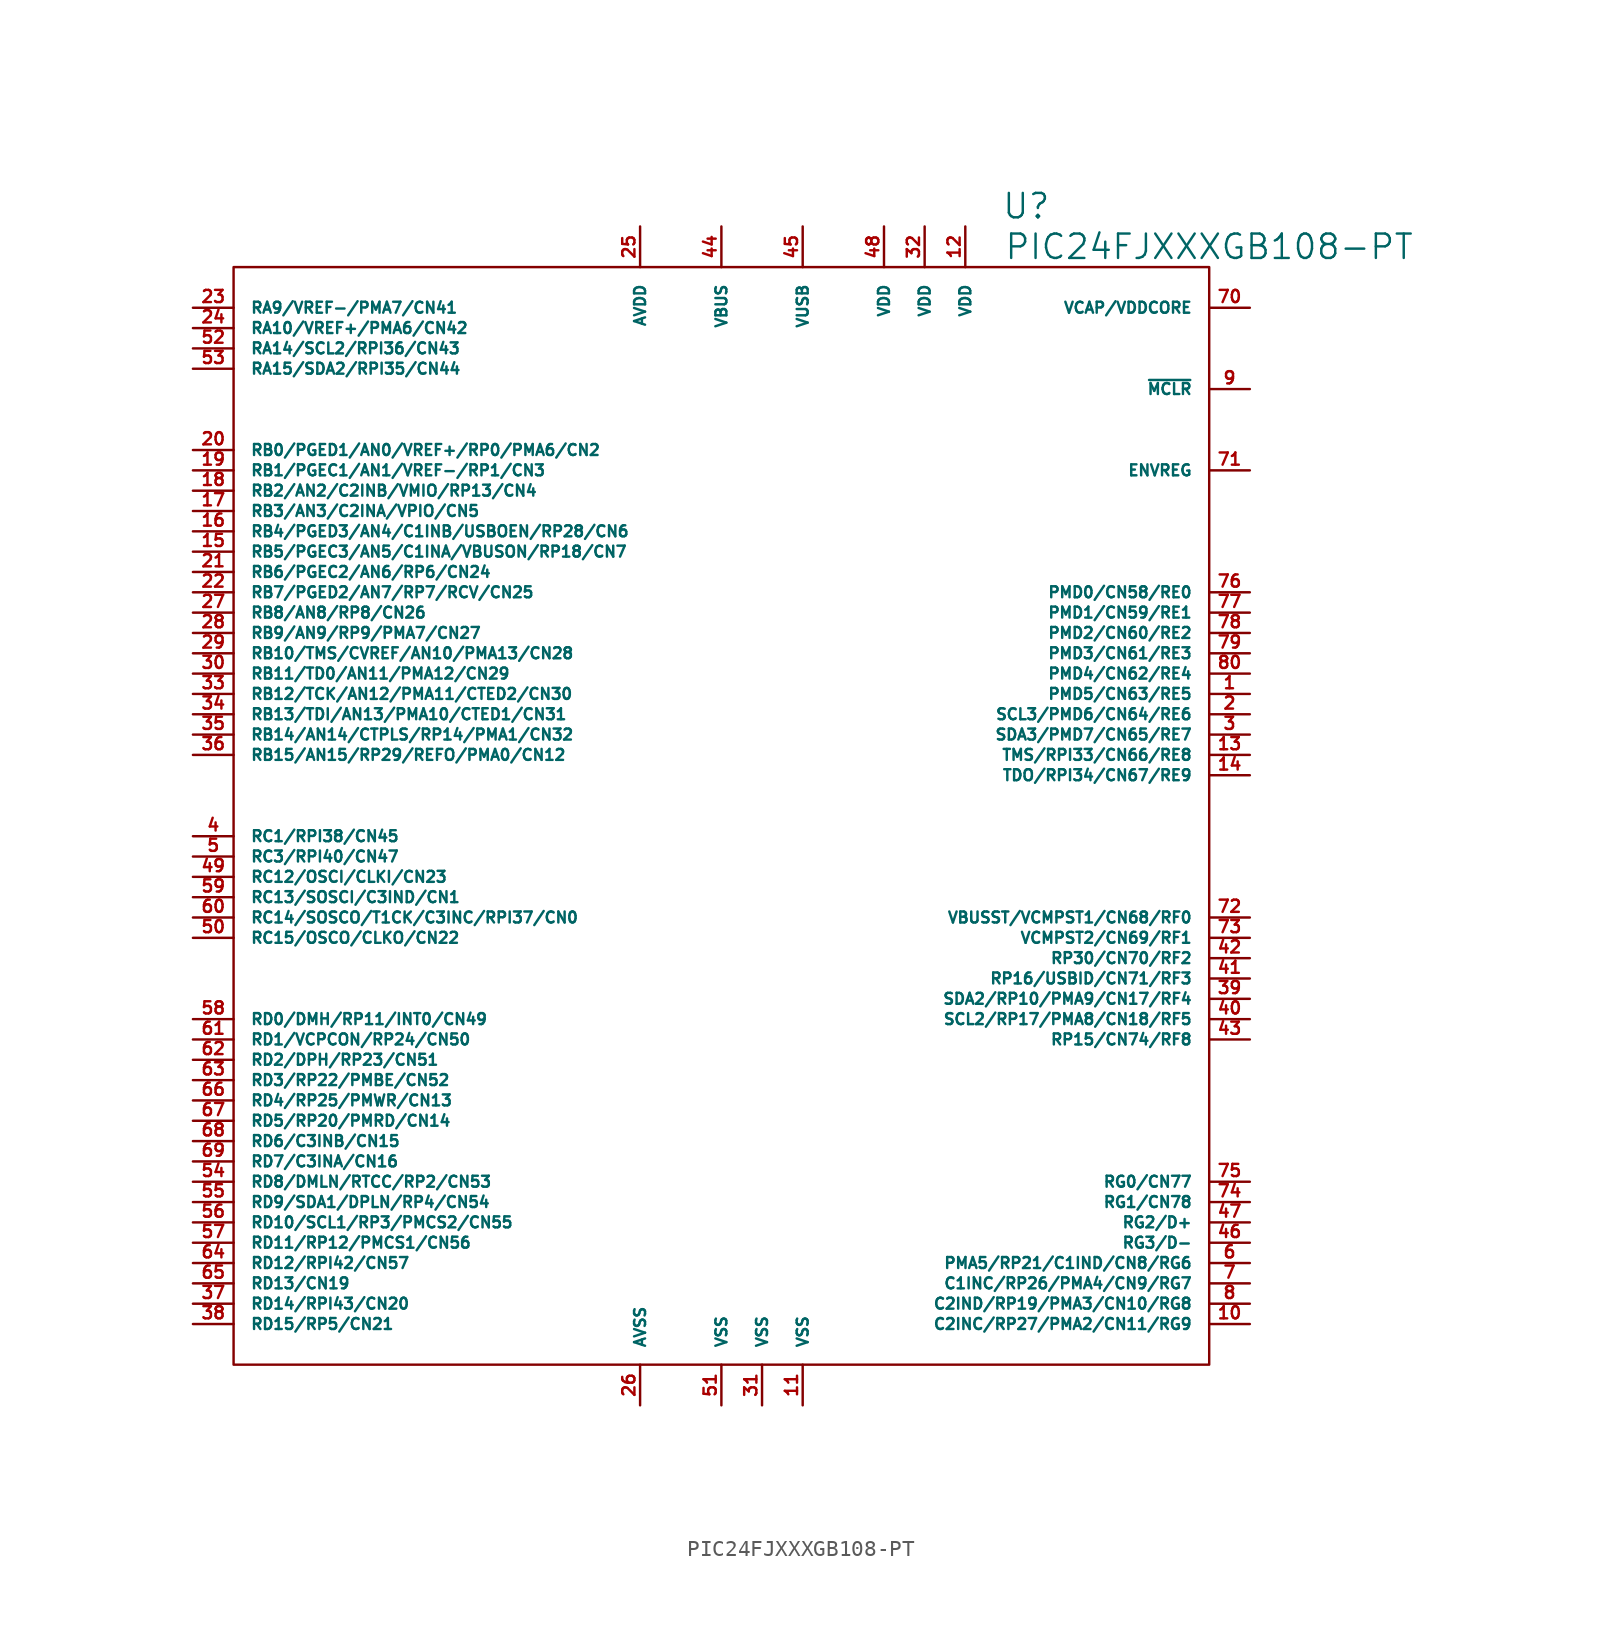
<source format=kicad_sym>
(kicad_symbol_lib
  (version 20220914)
  (generator kicad_symbol_editor)
  (symbol "PIC24FJXXXGB108-PT"
    (pin_names
      (offset 1.016))
    (property "Reference" "U"
      (at 19.05 38.1 0)
      (effects (font (size 1.524 1.524))))
    (property "Value" "PIC24FJXXXGB108-PT"
      (at 30.48 35.56 0)
      (effects (font (size 1.524 1.524))))
    (property "Footprint" ""
      (at 0 -8.89 0)
      (effects (font (size 1.524 1.524))))
    (property "Datasheet" ""
      (at 0 0 0)
      (effects (font (size 1.524 1.524))))
    (symbol "PIC24FJXXXGB108-PT_0_1"
      (rectangle (start -30.48 34.29) (end 30.48 -34.29) (stroke (width 0) (type solid)) (fill (type none))))
    (symbol "PIC24FJXXXGB108-PT_1_1"
      (pin passive line (at 33.02 7.62 180) (length 2.54) (name "PMD5/CN63/RE5" (effects (font (size 0.686 0.686)))) (number "1" (effects (font (size 0.762 0.762)))))
      (pin passive line (at 33.02 -31.75 180) (length 2.54) (name "C2INC/RP27/PMA2/CN11/RG9" (effects (font (size 0.686 0.686)))) (number "10" (effects (font (size 0.762 0.762)))))
      (pin passive line (at 5.08 -36.83 90) (length 2.54) (name "VSS" (effects (font (size 0.686 0.686)))) (number "11" (effects (font (size 0.762 0.762)))))
      (pin passive line (at 15.24 36.83 270) (length 2.54) (name "VDD" (effects (font (size 0.686 0.686)))) (number "12" (effects (font (size 0.762 0.762)))))
      (pin passive line (at 33.02 3.81 180) (length 2.54) (name "TMS/RPI33/CN66/RE8" (effects (font (size 0.686 0.686)))) (number "13" (effects (font (size 0.762 0.762)))))
      (pin passive line (at 33.02 2.54 180) (length 2.54) (name "TDO/RPI34/CN67/RE9" (effects (font (size 0.686 0.686)))) (number "14" (effects (font (size 0.762 0.762)))))
      (pin passive line (at -33.02 16.51 0) (length 2.54) (name "RB5/PGEC3/AN5/C1INA/VBUSON/RP18/CN7" (effects (font (size 0.686 0.686)))) (number "15" (effects (font (size 0.762 0.762)))))
      (pin passive line (at -33.02 17.78 0) (length 2.54) (name "RB4/PGED3/AN4/C1INB/USBOEN/RP28/CN6" (effects (font (size 0.686 0.686)))) (number "16" (effects (font (size 0.762 0.762)))))
      (pin passive line (at -33.02 19.05 0) (length 2.54) (name "RB3/AN3/C2INA/VPIO/CN5" (effects (font (size 0.686 0.686)))) (number "17" (effects (font (size 0.762 0.762)))))
      (pin passive line (at -33.02 20.32 0) (length 2.54) (name "RB2/AN2/C2INB/VMIO/RP13/CN4" (effects (font (size 0.686 0.686)))) (number "18" (effects (font (size 0.762 0.762)))))
      (pin passive line (at -33.02 21.59 0) (length 2.54) (name "RB1/PGEC1/AN1/VREF-/RP1/CN3" (effects (font (size 0.686 0.686)))) (number "19" (effects (font (size 0.762 0.762)))))
      (pin passive line (at 33.02 6.35 180) (length 2.54) (name "SCL3/PMD6/CN64/RE6" (effects (font (size 0.686 0.686)))) (number "2" (effects (font (size 0.762 0.762)))))
      (pin passive line (at -33.02 22.86 0) (length 2.54) (name "RB0/PGED1/AN0/VREF+/RP0/PMA6/CN2" (effects (font (size 0.686 0.686)))) (number "20" (effects (font (size 0.762 0.762)))))
      (pin passive line (at -33.02 15.24 0) (length 2.54) (name "RB6/PGEC2/AN6/RP6/CN24" (effects (font (size 0.686 0.686)))) (number "21" (effects (font (size 0.762 0.762)))))
      (pin passive line (at -33.02 13.97 0) (length 2.54) (name "RB7/PGED2/AN7/RP7/RCV/CN25" (effects (font (size 0.686 0.686)))) (number "22" (effects (font (size 0.762 0.762)))))
      (pin passive line (at -33.02 31.75 0) (length 2.54) (name "RA9/VREF-/PMA7/CN41" (effects (font (size 0.686 0.686)))) (number "23" (effects (font (size 0.762 0.762)))))
      (pin passive line (at -33.02 30.48 0) (length 2.54) (name "RA10/VREF+/PMA6/CN42" (effects (font (size 0.686 0.686)))) (number "24" (effects (font (size 0.762 0.762)))))
      (pin passive line (at -5.08 36.83 270) (length 2.54) (name "AVDD" (effects (font (size 0.686 0.686)))) (number "25" (effects (font (size 0.762 0.762)))))
      (pin passive line (at -5.08 -36.83 90) (length 2.54) (name "AVSS" (effects (font (size 0.686 0.686)))) (number "26" (effects (font (size 0.762 0.762)))))
      (pin passive line (at -33.02 12.7 0) (length 2.54) (name "RB8/AN8/RP8/CN26" (effects (font (size 0.686 0.686)))) (number "27" (effects (font (size 0.762 0.762)))))
      (pin passive line (at -33.02 11.43 0) (length 2.54) (name "RB9/AN9/RP9/PMA7/CN27" (effects (font (size 0.686 0.686)))) (number "28" (effects (font (size 0.762 0.762)))))
      (pin passive line (at -33.02 10.16 0) (length 2.54) (name "RB10/TMS/CVREF/AN10/PMA13/CN28" (effects (font (size 0.686 0.686)))) (number "29" (effects (font (size 0.762 0.762)))))
      (pin passive line (at 33.02 5.08 180) (length 2.54) (name "SDA3/PMD7/CN65/RE7" (effects (font (size 0.686 0.686)))) (number "3" (effects (font (size 0.762 0.762)))))
      (pin passive line (at -33.02 8.89 0) (length 2.54) (name "RB11/TD0/AN11/PMA12/CN29" (effects (font (size 0.686 0.686)))) (number "30" (effects (font (size 0.762 0.762)))))
      (pin passive line (at 2.54 -36.83 90) (length 2.54) (name "VSS" (effects (font (size 0.686 0.686)))) (number "31" (effects (font (size 0.762 0.762)))))
      (pin passive line (at 12.7 36.83 270) (length 2.54) (name "VDD" (effects (font (size 0.686 0.686)))) (number "32" (effects (font (size 0.762 0.762)))))
      (pin passive line (at -33.02 7.62 0) (length 2.54) (name "RB12/TCK/AN12/PMA11/CTED2/CN30" (effects (font (size 0.686 0.686)))) (number "33" (effects (font (size 0.762 0.762)))))
      (pin passive line (at -33.02 6.35 0) (length 2.54) (name "RB13/TDI/AN13/PMA10/CTED1/CN31" (effects (font (size 0.686 0.686)))) (number "34" (effects (font (size 0.762 0.762)))))
      (pin passive line (at -33.02 5.08 0) (length 2.54) (name "RB14/AN14/CTPLS/RP14/PMA1/CN32" (effects (font (size 0.686 0.686)))) (number "35" (effects (font (size 0.762 0.762)))))
      (pin passive line (at -33.02 3.81 0) (length 2.54) (name "RB15/AN15/RP29/REFO/PMA0/CN12" (effects (font (size 0.686 0.686)))) (number "36" (effects (font (size 0.762 0.762)))))
      (pin passive line (at -33.02 -30.48 0) (length 2.54) (name "RD14/RPI43/CN20" (effects (font (size 0.686 0.686)))) (number "37" (effects (font (size 0.762 0.762)))))
      (pin passive line (at -33.02 -31.75 0) (length 2.54) (name "RD15/RP5/CN21" (effects (font (size 0.686 0.686)))) (number "38" (effects (font (size 0.762 0.762)))))
      (pin passive line (at 33.02 -11.43 180) (length 2.54) (name "SDA2/RP10/PMA9/CN17/RF4" (effects (font (size 0.686 0.686)))) (number "39" (effects (font (size 0.762 0.762)))))
      (pin passive line (at -33.02 -1.27 0) (length 2.54) (name "RC1/RPI38/CN45" (effects (font (size 0.686 0.686)))) (number "4" (effects (font (size 0.762 0.762)))))
      (pin passive line (at 33.02 -12.7 180) (length 2.54) (name "SCL2/RP17/PMA8/CN18/RF5" (effects (font (size 0.686 0.686)))) (number "40" (effects (font (size 0.762 0.762)))))
      (pin passive line (at 33.02 -10.16 180) (length 2.54) (name "RP16/USBID/CN71/RF3" (effects (font (size 0.686 0.686)))) (number "41" (effects (font (size 0.762 0.762)))))
      (pin passive line (at 33.02 -8.89 180) (length 2.54) (name "RP30/CN70/RF2" (effects (font (size 0.686 0.686)))) (number "42" (effects (font (size 0.762 0.762)))))
      (pin passive line (at 33.02 -13.97 180) (length 2.54) (name "RP15/CN74/RF8" (effects (font (size 0.686 0.686)))) (number "43" (effects (font (size 0.762 0.762)))))
      (pin passive line (at 0 36.83 270) (length 2.54) (name "VBUS" (effects (font (size 0.686 0.686)))) (number "44" (effects (font (size 0.762 0.762)))))
      (pin passive line (at 5.08 36.83 270) (length 2.54) (name "VUSB" (effects (font (size 0.686 0.686)))) (number "45" (effects (font (size 0.762 0.762)))))
      (pin passive line (at 33.02 -26.67 180) (length 2.54) (name "RG3/D-" (effects (font (size 0.686 0.686)))) (number "46" (effects (font (size 0.762 0.762)))))
      (pin passive line (at 33.02 -25.4 180) (length 2.54) (name "RG2/D+" (effects (font (size 0.686 0.686)))) (number "47" (effects (font (size 0.762 0.762)))))
      (pin passive line (at 10.16 36.83 270) (length 2.54) (name "VDD" (effects (font (size 0.686 0.686)))) (number "48" (effects (font (size 0.762 0.762)))))
      (pin passive line (at -33.02 -3.81 0) (length 2.54) (name "RC12/OSCI/CLKI/CN23" (effects (font (size 0.686 0.686)))) (number "49" (effects (font (size 0.762 0.762)))))
      (pin passive line (at -33.02 -2.54 0) (length 2.54) (name "RC3/RPI40/CN47" (effects (font (size 0.686 0.686)))) (number "5" (effects (font (size 0.762 0.762)))))
      (pin passive line (at -33.02 -7.62 0) (length 2.54) (name "RC15/OSCO/CLKO/CN22" (effects (font (size 0.686 0.686)))) (number "50" (effects (font (size 0.762 0.762)))))
      (pin passive line (at 0 -36.83 90) (length 2.54) (name "VSS" (effects (font (size 0.686 0.686)))) (number "51" (effects (font (size 0.762 0.762)))))
      (pin passive line (at -33.02 29.21 0) (length 2.54) (name "RA14/SCL2/RPI36/CN43" (effects (font (size 0.686 0.686)))) (number "52" (effects (font (size 0.762 0.762)))))
      (pin passive line (at -33.02 27.94 0) (length 2.54) (name "RA15/SDA2/RPI35/CN44" (effects (font (size 0.686 0.686)))) (number "53" (effects (font (size 0.762 0.762)))))
      (pin passive line (at -33.02 -22.86 0) (length 2.54) (name "RD8/DMLN/RTCC/RP2/CN53" (effects (font (size 0.686 0.686)))) (number "54" (effects (font (size 0.762 0.762)))))
      (pin passive line (at -33.02 -24.13 0) (length 2.54) (name "RD9/SDA1/DPLN/RP4/CN54" (effects (font (size 0.686 0.686)))) (number "55" (effects (font (size 0.762 0.762)))))
      (pin passive line (at -33.02 -25.4 0) (length 2.54) (name "RD10/SCL1/RP3/PMCS2/CN55" (effects (font (size 0.686 0.686)))) (number "56" (effects (font (size 0.762 0.762)))))
      (pin passive line (at -33.02 -26.67 0) (length 2.54) (name "RD11/RP12/PMCS1/CN56" (effects (font (size 0.686 0.686)))) (number "57" (effects (font (size 0.762 0.762)))))
      (pin passive line (at -33.02 -12.7 0) (length 2.54) (name "RD0/DMH/RP11/INT0/CN49" (effects (font (size 0.686 0.686)))) (number "58" (effects (font (size 0.762 0.762)))))
      (pin passive line (at -33.02 -5.08 0) (length 2.54) (name "RC13/SOSCI/C3IND/CN1" (effects (font (size 0.686 0.686)))) (number "59" (effects (font (size 0.762 0.762)))))
      (pin passive line (at 33.02 -27.94 180) (length 2.54) (name "PMA5/RP21/C1IND/CN8/RG6" (effects (font (size 0.686 0.686)))) (number "6" (effects (font (size 0.762 0.762)))))
      (pin passive line (at -33.02 -6.35 0) (length 2.54) (name "RC14/SOSCO/T1CK/C3INC/RPI37/CN0" (effects (font (size 0.686 0.686)))) (number "60" (effects (font (size 0.762 0.762)))))
      (pin passive line (at -33.02 -13.97 0) (length 2.54) (name "RD1/VCPCON/RP24/CN50" (effects (font (size 0.686 0.686)))) (number "61" (effects (font (size 0.762 0.762)))))
      (pin passive line (at -33.02 -15.24 0) (length 2.54) (name "RD2/DPH/RP23/CN51" (effects (font (size 0.686 0.686)))) (number "62" (effects (font (size 0.762 0.762)))))
      (pin passive line (at -33.02 -16.51 0) (length 2.54) (name "RD3/RP22/PMBE/CN52" (effects (font (size 0.686 0.686)))) (number "63" (effects (font (size 0.762 0.762)))))
      (pin passive line (at -33.02 -27.94 0) (length 2.54) (name "RD12/RPI42/CN57" (effects (font (size 0.686 0.686)))) (number "64" (effects (font (size 0.762 0.762)))))
      (pin passive line (at -33.02 -29.21 0) (length 2.54) (name "RD13/CN19" (effects (font (size 0.686 0.686)))) (number "65" (effects (font (size 0.762 0.762)))))
      (pin passive line (at -33.02 -17.78 0) (length 2.54) (name "RD4/RP25/PMWR/CN13" (effects (font (size 0.686 0.686)))) (number "66" (effects (font (size 0.762 0.762)))))
      (pin passive line (at -33.02 -19.05 0) (length 2.54) (name "RD5/RP20/PMRD/CN14" (effects (font (size 0.686 0.686)))) (number "67" (effects (font (size 0.762 0.762)))))
      (pin passive line (at -33.02 -20.32 0) (length 2.54) (name "RD6/C3INB/CN15" (effects (font (size 0.686 0.686)))) (number "68" (effects (font (size 0.762 0.762)))))
      (pin passive line (at -33.02 -21.59 0) (length 2.54) (name "RD7/C3INA/CN16" (effects (font (size 0.686 0.686)))) (number "69" (effects (font (size 0.762 0.762)))))
      (pin passive line (at 33.02 -29.21 180) (length 2.54) (name "C1INC/RP26/PMA4/CN9/RG7" (effects (font (size 0.686 0.686)))) (number "7" (effects (font (size 0.762 0.762)))))
      (pin passive line (at 33.02 31.75 180) (length 2.54) (name "VCAP/VDDCORE" (effects (font (size 0.686 0.686)))) (number "70" (effects (font (size 0.762 0.762)))))
      (pin passive line (at 33.02 21.59 180) (length 2.54) (name "ENVREG" (effects (font (size 0.686 0.686)))) (number "71" (effects (font (size 0.762 0.762)))))
      (pin passive line (at 33.02 -6.35 180) (length 2.54) (name "VBUSST/VCMPST1/CN68/RF0" (effects (font (size 0.686 0.686)))) (number "72" (effects (font (size 0.762 0.762)))))
      (pin passive line (at 33.02 -7.62 180) (length 2.54) (name "VCMPST2/CN69/RF1" (effects (font (size 0.686 0.686)))) (number "73" (effects (font (size 0.762 0.762)))))
      (pin passive line (at 33.02 -24.13 180) (length 2.54) (name "RG1/CN78" (effects (font (size 0.686 0.686)))) (number "74" (effects (font (size 0.762 0.762)))))
      (pin passive line (at 33.02 -22.86 180) (length 2.54) (name "RG0/CN77" (effects (font (size 0.686 0.686)))) (number "75" (effects (font (size 0.762 0.762)))))
      (pin passive line (at 33.02 13.97 180) (length 2.54) (name "PMD0/CN58/RE0" (effects (font (size 0.686 0.686)))) (number "76" (effects (font (size 0.762 0.762)))))
      (pin passive line (at 33.02 12.7 180) (length 2.54) (name "PMD1/CN59/RE1" (effects (font (size 0.686 0.686)))) (number "77" (effects (font (size 0.762 0.762)))))
      (pin passive line (at 33.02 11.43 180) (length 2.54) (name "PMD2/CN60/RE2" (effects (font (size 0.686 0.686)))) (number "78" (effects (font (size 0.762 0.762)))))
      (pin passive line (at 33.02 10.16 180) (length 2.54) (name "PMD3/CN61/RE3" (effects (font (size 0.686 0.686)))) (number "79" (effects (font (size 0.762 0.762)))))
      (pin passive line (at 33.02 -30.48 180) (length 2.54) (name "C2IND/RP19/PMA3/CN10/RG8" (effects (font (size 0.686 0.686)))) (number "8" (effects (font (size 0.762 0.762)))))
      (pin passive line (at 33.02 8.89 180) (length 2.54) (name "PMD4/CN62/RE4" (effects (font (size 0.686 0.686)))) (number "80" (effects (font (size 0.762 0.762)))))
      (pin passive line (at 33.02 26.67 180) (length 2.54) (name "~{MCLR}" (effects (font (size 0.686 0.686)))) (number "9" (effects (font (size 0.762 0.762))))))))
</source>
